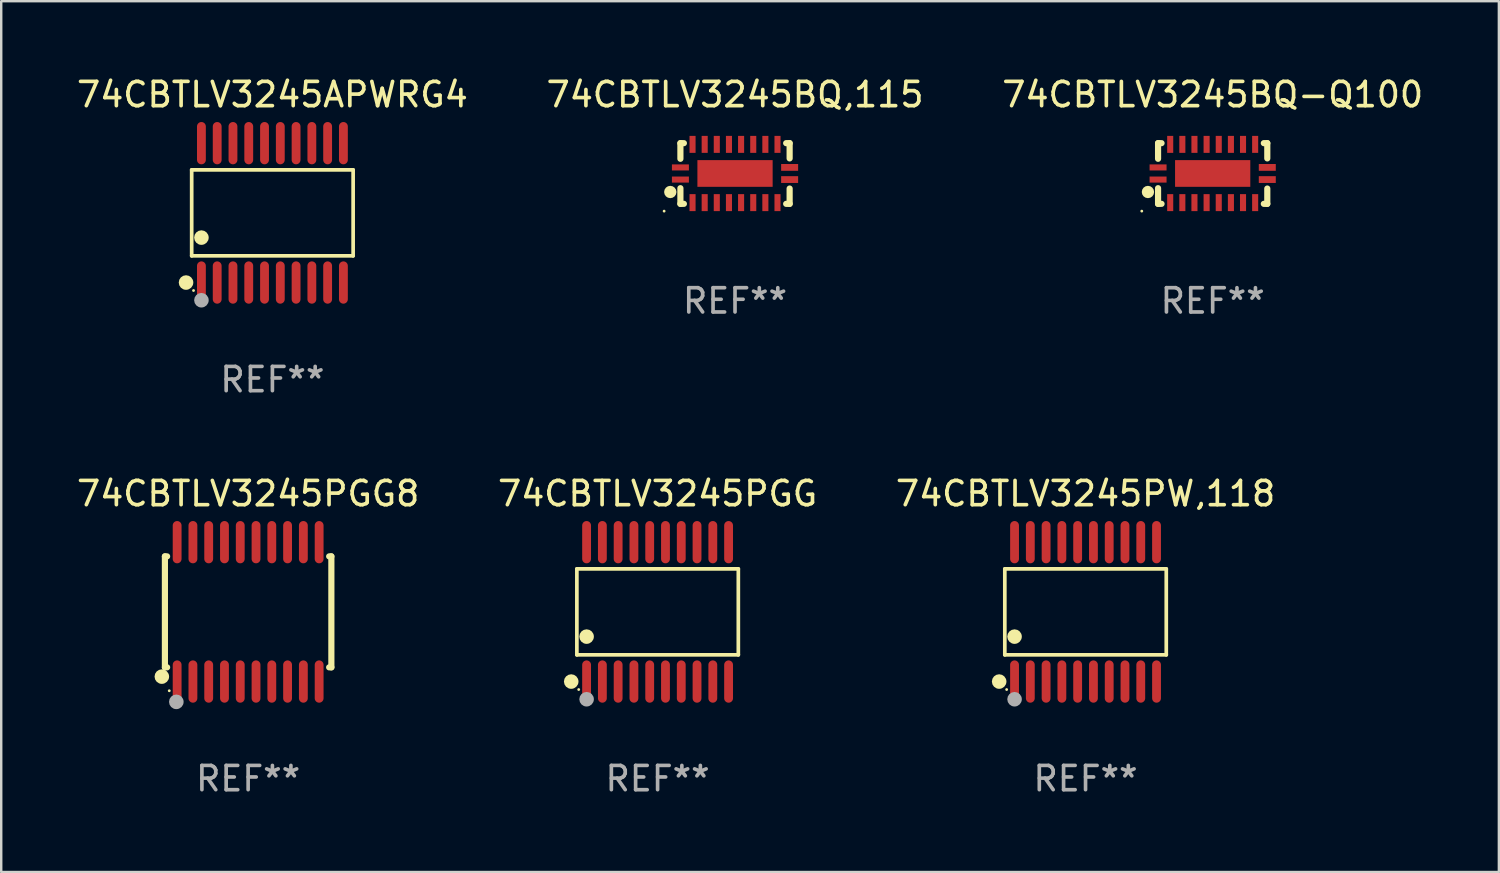
<source format=kicad_pcb>
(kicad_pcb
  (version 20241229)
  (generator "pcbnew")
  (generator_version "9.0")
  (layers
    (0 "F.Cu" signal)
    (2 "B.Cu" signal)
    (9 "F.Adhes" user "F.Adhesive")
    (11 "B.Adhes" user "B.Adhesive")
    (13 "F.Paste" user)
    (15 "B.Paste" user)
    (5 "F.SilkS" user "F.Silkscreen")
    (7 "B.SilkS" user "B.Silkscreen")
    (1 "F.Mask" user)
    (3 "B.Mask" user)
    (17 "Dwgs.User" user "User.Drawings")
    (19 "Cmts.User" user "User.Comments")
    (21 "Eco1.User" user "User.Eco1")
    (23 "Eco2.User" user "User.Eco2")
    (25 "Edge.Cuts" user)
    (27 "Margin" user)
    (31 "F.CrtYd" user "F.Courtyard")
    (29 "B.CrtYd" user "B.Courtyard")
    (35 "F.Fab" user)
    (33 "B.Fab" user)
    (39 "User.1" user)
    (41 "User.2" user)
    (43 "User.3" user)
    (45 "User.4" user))
  (footprint "74CBTLV3245BQ-Q100"
    (layer "F.Cu")
    (at 46.911 4.098)
    (property "Reference" "74CBTLV3245BQ-Q100" (at 0 -3.25 0) (layer "F.SilkS") (effects (font (size 1 1) (thickness 0.15))))
    (attr through_hole)
    (fp_line (start -2.25 0.605) (end -2.25 1.25) (stroke (width 0.254) (type solid)) (layer "F.SilkS"))
    (fp_line (start -2.25 1.25) (end -2.107 1.25) (stroke (width 0.254) (type solid)) (layer "F.SilkS"))
    (fp_line (start -2.25 -1.25) (end -2.25 -0.606) (stroke (width 0.254) (type solid)) (layer "F.SilkS"))
    (fp_line (start -2.25 -1.25) (end -2.107 -1.25) (stroke (width 0.254) (type solid)) (layer "F.SilkS"))
    (fp_line (start 2.107 -1.25) (end 2.25 -1.25) (stroke (width 0.254) (type solid)) (layer "F.SilkS"))
    (fp_line (start 2.107 1.25) (end 2.25 1.25) (stroke (width 0.254) (type solid)) (layer "F.SilkS"))
    (fp_line (start 2.25 -1.25) (end 2.25 -0.622) (stroke (width 0.254) (type solid)) (layer "F.SilkS"))
    (fp_line (start 2.25 0.62) (end 2.25 1.25) (stroke (width 0.254) (type solid)) (layer "F.SilkS"))
    (fp_circle (center -2.921 1.55) (end -2.891 1.55) (stroke (width 0.06) (type solid)) (fill no) (layer "F.SilkS"))
    (fp_circle (center -2.667 0.762) (end -2.54 0.762) (stroke (width 0.254) (type solid)) (fill no) (layer "F.SilkS"))
    (fp_text user "REF**" (at 0 5.25 0) (layer "F.Fab") (effects (font (size 1 1) (thickness 0.15))))
    (pad "1" smd rect (at -2.25 0.25 180) (size 0.7 0.25) (layers "F.Cu" "F.Mask" "F.Paste"))
    (pad "2" smd rect (at -1.75 1.2 90) (size 0.7 0.25) (layers "F.Cu" "F.Mask" "F.Paste"))
    (pad "3" smd rect (at -1.25 1.2 90) (size 0.7 0.25) (layers "F.Cu" "F.Mask" "F.Paste"))
    (pad "4" smd rect (at -0.751 1.2 90) (size 0.7 0.25) (layers "F.Cu" "F.Mask" "F.Paste"))
    (pad "5" smd rect (at -0.25 1.2 90) (size 0.7 0.25) (layers "F.Cu" "F.Mask" "F.Paste"))
    (pad "6" smd rect (at 0.25 1.2 90) (size 0.7 0.25) (layers "F.Cu" "F.Mask" "F.Paste"))
    (pad "7" smd rect (at 0.751 1.2 90) (size 0.7 0.25) (layers "F.Cu" "F.Mask" "F.Paste"))
    (pad "8" smd rect (at 1.25 1.2 90) (size 0.7 0.25) (layers "F.Cu" "F.Mask" "F.Paste"))
    (pad "9" smd rect (at 1.75 1.2 90) (size 0.7 0.25) (layers "F.Cu" "F.Mask" "F.Paste"))
    (pad "10" smd rect (at 2.25 0.25 180) (size 0.7 0.28) (layers "F.Cu" "F.Mask" "F.Paste"))
    (pad "11" smd rect (at 2.25 -0.251 180) (size 0.7 0.28) (layers "F.Cu" "F.Mask" "F.Paste"))
    (pad "12" smd rect (at 1.75 -1.2 90) (size 0.7 0.25) (layers "F.Cu" "F.Mask" "F.Paste"))
    (pad "13" smd rect (at 1.25 -1.2 90) (size 0.7 0.25) (layers "F.Cu" "F.Mask" "F.Paste"))
    (pad "14" smd rect (at 0.751 -1.2 90) (size 0.7 0.25) (layers "F.Cu" "F.Mask" "F.Paste"))
    (pad "15" smd rect (at 0.25 -1.2 90) (size 0.7 0.25) (layers "F.Cu" "F.Mask" "F.Paste"))
    (pad "16" smd rect (at -0.25 -1.2 90) (size 0.7 0.25) (layers "F.Cu" "F.Mask" "F.Paste"))
    (pad "17" smd rect (at -0.751 -1.2 90) (size 0.7 0.25) (layers "F.Cu" "F.Mask" "F.Paste"))
    (pad "18" smd rect (at -1.25 -1.2 90) (size 0.7 0.25) (layers "F.Cu" "F.Mask" "F.Paste"))
    (pad "19" smd rect (at -1.75 -1.2 90) (size 0.7 0.25) (layers "F.Cu" "F.Mask" "F.Paste"))
    (pad "20" smd rect (at -2.25 -0.25 180) (size 0.7 0.25) (layers "F.Cu" "F.Mask" "F.Paste"))
    (pad "21" smd rect (at 0 -0.001 180) (size 3.1 1.1) (layers "F.Cu" "F.Mask" "F.Paste")))
  (footprint "74CBTLV3245PGG8"
    (layer "F.Cu")
    (at 7.173 22.158)
    (property "Reference" "74CBTLV3245PGG8" (at 0 -4.871 0) (layer "F.SilkS") (effects (font (size 1 1) (thickness 0.15))))
    (attr through_hole)
    (fp_line (start -3.429 -2.286) (end -3.429 2.286) (stroke (width 0.254) (type solid)) (layer "F.SilkS"))
    (fp_line (start -3.429 2.286) (end -3.338 2.286) (stroke (width 0.254) (type solid)) (layer "F.SilkS"))
    (fp_line (start -3.338 -2.286) (end -3.429 -2.286) (stroke (width 0.254) (type solid)) (layer "F.SilkS"))
    (fp_line (start 3.338 -2.286) (end 3.429 -2.286) (stroke (width 0.254) (type solid)) (layer "F.SilkS"))
    (fp_line (start 3.429 -2.286) (end 3.429 2.286) (stroke (width 0.254) (type solid)) (layer "F.SilkS"))
    (fp_line (start 3.429 2.286) (end 3.338 2.286) (stroke (width 0.254) (type solid)) (layer "F.SilkS"))
    (fp_circle (center -3.556 2.667) (end -3.406 2.667) (stroke (width 0.3) (type solid)) (fill no) (layer "F.SilkS"))
    (fp_circle (center -3.25 3.25) (end -3.22 3.25) (stroke (width 0.06) (type solid)) (fill no) (layer "F.SilkS"))
    (fp_circle (center -2.959 3.707) (end -2.808 3.707) (stroke (width 0.3) (type solid)) (fill no) (layer "F.Fab"))
    (fp_text user "REF**" (at 0 6.871 0) (layer "F.Fab") (effects (font (size 1 1) (thickness 0.15))))
    (pad "1" smd oval (at -2.925 2.871) (size 0.364 1.742) (layers "F.Cu" "F.Mask" "F.Paste"))
    (pad "2" smd oval (at -2.275 2.871) (size 0.364 1.742) (layers "F.Cu" "F.Mask" "F.Paste"))
    (pad "3" smd oval (at -1.625 2.871) (size 0.364 1.742) (layers "F.Cu" "F.Mask" "F.Paste"))
    (pad "4" smd oval (at -0.975 2.871) (size 0.364 1.742) (layers "F.Cu" "F.Mask" "F.Paste"))
    (pad "5" smd oval (at -0.325 2.871) (size 0.364 1.742) (layers "F.Cu" "F.Mask" "F.Paste"))
    (pad "6" smd oval (at 0.325 2.871) (size 0.364 1.742) (layers "F.Cu" "F.Mask" "F.Paste"))
    (pad "7" smd oval (at 0.975 2.871) (size 0.364 1.742) (layers "F.Cu" "F.Mask" "F.Paste"))
    (pad "8" smd oval (at 1.625 2.871) (size 0.364 1.742) (layers "F.Cu" "F.Mask" "F.Paste"))
    (pad "9" smd oval (at 2.275 2.871) (size 0.364 1.742) (layers "F.Cu" "F.Mask" "F.Paste"))
    (pad "10" smd oval (at 2.925 2.871) (size 0.364 1.742) (layers "F.Cu" "F.Mask" "F.Paste"))
    (pad "11" smd oval (at 2.925 -2.871) (size 0.364 1.742) (layers "F.Cu" "F.Mask" "F.Paste"))
    (pad "12" smd oval (at 2.275 -2.871) (size 0.364 1.742) (layers "F.Cu" "F.Mask" "F.Paste"))
    (pad "13" smd oval (at 1.625 -2.871) (size 0.364 1.742) (layers "F.Cu" "F.Mask" "F.Paste"))
    (pad "14" smd oval (at 0.975 -2.871) (size 0.364 1.742) (layers "F.Cu" "F.Mask" "F.Paste"))
    (pad "15" smd oval (at 0.325 -2.871) (size 0.364 1.742) (layers "F.Cu" "F.Mask" "F.Paste"))
    (pad "16" smd oval (at -0.325 -2.871) (size 0.364 1.742) (layers "F.Cu" "F.Mask" "F.Paste"))
    (pad "17" smd oval (at -0.975 -2.871) (size 0.364 1.742) (layers "F.Cu" "F.Mask" "F.Paste"))
    (pad "18" smd oval (at -1.625 -2.871) (size 0.364 1.742) (layers "F.Cu" "F.Mask" "F.Paste"))
    (pad "19" smd oval (at -2.275 -2.871) (size 0.364 1.742) (layers "F.Cu" "F.Mask" "F.Paste"))
    (pad "20" smd oval (at -2.925 -2.871) (size 0.364 1.742) (layers "F.Cu" "F.Mask" "F.Paste")))
  (footprint "74CBTLV3245PW,118"
    (layer "F.Cu")
    (at 41.673 22.158)
    (property "Reference" "74CBTLV3245PW,118" (at 0 -4.871 0) (layer "F.SilkS") (effects (font (size 1 1) (thickness 0.15))))
    (attr through_hole)
    (fp_line (start -3.326 -1.771) (end 3.326 -1.771) (stroke (width 0.152) (type solid)) (layer "F.SilkS"))
    (fp_line (start -3.326 1.771) (end -3.326 -1.771) (stroke (width 0.152) (type solid)) (layer "F.SilkS"))
    (fp_line (start 3.326 -1.771) (end 3.326 1.771) (stroke (width 0.152) (type solid)) (layer "F.SilkS"))
    (fp_line (start 3.326 1.771) (end -3.326 1.771) (stroke (width 0.152) (type solid)) (layer "F.SilkS"))
    (fp_circle (center -3.559 2.871) (end -3.409 2.871) (stroke (width 0.3) (type solid)) (fill no) (layer "F.SilkS"))
    (fp_circle (center -3.25 3.2) (end -3.22 3.2) (stroke (width 0.06) (type solid)) (fill no) (layer "F.SilkS"))
    (fp_circle (center -2.925 1.019) (end -2.775 1.019) (stroke (width 0.3) (type solid)) (fill no) (layer "F.SilkS"))
    (fp_circle (center -2.925 3.6) (end -2.775 3.6) (stroke (width 0.3) (type solid)) (fill no) (layer "F.Fab"))
    (fp_text user "REF**" (at 0 6.871 0) (layer "F.Fab") (effects (font (size 1 1) (thickness 0.15))))
    (pad "1" smd oval (at -2.925 2.871) (size 0.364 1.742) (layers "F.Cu" "F.Mask" "F.Paste"))
    (pad "2" smd oval (at -2.275 2.871) (size 0.364 1.742) (layers "F.Cu" "F.Mask" "F.Paste"))
    (pad "3" smd oval (at -1.625 2.871) (size 0.364 1.742) (layers "F.Cu" "F.Mask" "F.Paste"))
    (pad "4" smd oval (at -0.975 2.871) (size 0.364 1.742) (layers "F.Cu" "F.Mask" "F.Paste"))
    (pad "5" smd oval (at -0.325 2.871) (size 0.364 1.742) (layers "F.Cu" "F.Mask" "F.Paste"))
    (pad "6" smd oval (at 0.325 2.871) (size 0.364 1.742) (layers "F.Cu" "F.Mask" "F.Paste"))
    (pad "7" smd oval (at 0.975 2.871) (size 0.364 1.742) (layers "F.Cu" "F.Mask" "F.Paste"))
    (pad "8" smd oval (at 1.625 2.871) (size 0.364 1.742) (layers "F.Cu" "F.Mask" "F.Paste"))
    (pad "9" smd oval (at 2.275 2.871) (size 0.364 1.742) (layers "F.Cu" "F.Mask" "F.Paste"))
    (pad "10" smd oval (at 2.925 2.871) (size 0.364 1.742) (layers "F.Cu" "F.Mask" "F.Paste"))
    (pad "11" smd oval (at 2.925 -2.871) (size 0.364 1.742) (layers "F.Cu" "F.Mask" "F.Paste"))
    (pad "12" smd oval (at 2.275 -2.871) (size 0.364 1.742) (layers "F.Cu" "F.Mask" "F.Paste"))
    (pad "13" smd oval (at 1.625 -2.871) (size 0.364 1.742) (layers "F.Cu" "F.Mask" "F.Paste"))
    (pad "14" smd oval (at 0.975 -2.871) (size 0.364 1.742) (layers "F.Cu" "F.Mask" "F.Paste"))
    (pad "15" smd oval (at 0.325 -2.871) (size 0.364 1.742) (layers "F.Cu" "F.Mask" "F.Paste"))
    (pad "16" smd oval (at -0.325 -2.871) (size 0.364 1.742) (layers "F.Cu" "F.Mask" "F.Paste"))
    (pad "17" smd oval (at -0.975 -2.871) (size 0.364 1.742) (layers "F.Cu" "F.Mask" "F.Paste"))
    (pad "18" smd oval (at -1.625 -2.871) (size 0.364 1.742) (layers "F.Cu" "F.Mask" "F.Paste"))
    (pad "19" smd oval (at -2.275 -2.871) (size 0.364 1.742) (layers "F.Cu" "F.Mask" "F.Paste"))
    (pad "20" smd oval (at -2.925 -2.871) (size 0.364 1.742) (layers "F.Cu" "F.Mask" "F.Paste")))
  (footprint "74CBTLV3245APWRG4"
    (layer "F.Cu")
    (at 8.173 5.719)
    (property "Reference" "74CBTLV3245APWRG4" (at 0 -4.871 0) (layer "F.SilkS") (effects (font (size 1 1) (thickness 0.15))))
    (attr through_hole)
    (fp_line (start -3.326 -1.771) (end 3.326 -1.771) (stroke (width 0.152) (type solid)) (layer "F.SilkS"))
    (fp_line (start -3.326 1.771) (end -3.326 -1.771) (stroke (width 0.152) (type solid)) (layer "F.SilkS"))
    (fp_line (start 3.326 -1.771) (end 3.326 1.771) (stroke (width 0.152) (type solid)) (layer "F.SilkS"))
    (fp_line (start 3.326 1.771) (end -3.326 1.771) (stroke (width 0.152) (type solid)) (layer "F.SilkS"))
    (fp_circle (center -3.559 2.871) (end -3.409 2.871) (stroke (width 0.3) (type solid)) (fill no) (layer "F.SilkS"))
    (fp_circle (center -3.25 3.2) (end -3.22 3.2) (stroke (width 0.06) (type solid)) (fill no) (layer "F.SilkS"))
    (fp_circle (center -2.925 1.019) (end -2.775 1.019) (stroke (width 0.3) (type solid)) (fill no) (layer "F.SilkS"))
    (fp_circle (center -2.925 3.6) (end -2.775 3.6) (stroke (width 0.3) (type solid)) (fill no) (layer "F.Fab"))
    (fp_text user "REF**" (at 0 6.871 0) (layer "F.Fab") (effects (font (size 1 1) (thickness 0.15))))
    (pad "1" smd oval (at -2.925 2.871) (size 0.364 1.742) (layers "F.Cu" "F.Mask" "F.Paste"))
    (pad "2" smd oval (at -2.275 2.871) (size 0.364 1.742) (layers "F.Cu" "F.Mask" "F.Paste"))
    (pad "3" smd oval (at -1.625 2.871) (size 0.364 1.742) (layers "F.Cu" "F.Mask" "F.Paste"))
    (pad "4" smd oval (at -0.975 2.871) (size 0.364 1.742) (layers "F.Cu" "F.Mask" "F.Paste"))
    (pad "5" smd oval (at -0.325 2.871) (size 0.364 1.742) (layers "F.Cu" "F.Mask" "F.Paste"))
    (pad "6" smd oval (at 0.325 2.871) (size 0.364 1.742) (layers "F.Cu" "F.Mask" "F.Paste"))
    (pad "7" smd oval (at 0.975 2.871) (size 0.364 1.742) (layers "F.Cu" "F.Mask" "F.Paste"))
    (pad "8" smd oval (at 1.625 2.871) (size 0.364 1.742) (layers "F.Cu" "F.Mask" "F.Paste"))
    (pad "9" smd oval (at 2.275 2.871) (size 0.364 1.742) (layers "F.Cu" "F.Mask" "F.Paste"))
    (pad "10" smd oval (at 2.925 2.871) (size 0.364 1.742) (layers "F.Cu" "F.Mask" "F.Paste"))
    (pad "11" smd oval (at 2.925 -2.871) (size 0.364 1.742) (layers "F.Cu" "F.Mask" "F.Paste"))
    (pad "12" smd oval (at 2.275 -2.871) (size 0.364 1.742) (layers "F.Cu" "F.Mask" "F.Paste"))
    (pad "13" smd oval (at 1.625 -2.871) (size 0.364 1.742) (layers "F.Cu" "F.Mask" "F.Paste"))
    (pad "14" smd oval (at 0.975 -2.871) (size 0.364 1.742) (layers "F.Cu" "F.Mask" "F.Paste"))
    (pad "15" smd oval (at 0.325 -2.871) (size 0.364 1.742) (layers "F.Cu" "F.Mask" "F.Paste"))
    (pad "16" smd oval (at -0.325 -2.871) (size 0.364 1.742) (layers "F.Cu" "F.Mask" "F.Paste"))
    (pad "17" smd oval (at -0.975 -2.871) (size 0.364 1.742) (layers "F.Cu" "F.Mask" "F.Paste"))
    (pad "18" smd oval (at -1.625 -2.871) (size 0.364 1.742) (layers "F.Cu" "F.Mask" "F.Paste"))
    (pad "19" smd oval (at -2.275 -2.871) (size 0.364 1.742) (layers "F.Cu" "F.Mask" "F.Paste"))
    (pad "20" smd oval (at -2.925 -2.871) (size 0.364 1.742) (layers "F.Cu" "F.Mask" "F.Paste")))
  (footprint "74CBTLV3245PGG"
    (layer "F.Cu")
    (at 24.042 22.158)
    (property "Reference" "74CBTLV3245PGG" (at 0 -4.871 0) (layer "F.SilkS") (effects (font (size 1 1) (thickness 0.15))))
    (attr through_hole)
    (fp_line (start -3.326 -1.771) (end 3.326 -1.771) (stroke (width 0.152) (type solid)) (layer "F.SilkS"))
    (fp_line (start -3.326 1.771) (end -3.326 -1.771) (stroke (width 0.152) (type solid)) (layer "F.SilkS"))
    (fp_line (start 3.326 -1.771) (end 3.326 1.771) (stroke (width 0.152) (type solid)) (layer "F.SilkS"))
    (fp_line (start 3.326 1.771) (end -3.326 1.771) (stroke (width 0.152) (type solid)) (layer "F.SilkS"))
    (fp_circle (center -3.559 2.871) (end -3.409 2.871) (stroke (width 0.3) (type solid)) (fill no) (layer "F.SilkS"))
    (fp_circle (center -3.25 3.2) (end -3.22 3.2) (stroke (width 0.06) (type solid)) (fill no) (layer "F.SilkS"))
    (fp_circle (center -2.925 1.019) (end -2.775 1.019) (stroke (width 0.3) (type solid)) (fill no) (layer "F.SilkS"))
    (fp_circle (center -2.925 3.6) (end -2.775 3.6) (stroke (width 0.3) (type solid)) (fill no) (layer "F.Fab"))
    (fp_text user "REF**" (at 0 6.871 0) (layer "F.Fab") (effects (font (size 1 1) (thickness 0.15))))
    (pad "1" smd oval (at -2.925 2.871) (size 0.364 1.742) (layers "F.Cu" "F.Mask" "F.Paste"))
    (pad "2" smd oval (at -2.275 2.871) (size 0.364 1.742) (layers "F.Cu" "F.Mask" "F.Paste"))
    (pad "3" smd oval (at -1.625 2.871) (size 0.364 1.742) (layers "F.Cu" "F.Mask" "F.Paste"))
    (pad "4" smd oval (at -0.975 2.871) (size 0.364 1.742) (layers "F.Cu" "F.Mask" "F.Paste"))
    (pad "5" smd oval (at -0.325 2.871) (size 0.364 1.742) (layers "F.Cu" "F.Mask" "F.Paste"))
    (pad "6" smd oval (at 0.325 2.871) (size 0.364 1.742) (layers "F.Cu" "F.Mask" "F.Paste"))
    (pad "7" smd oval (at 0.975 2.871) (size 0.364 1.742) (layers "F.Cu" "F.Mask" "F.Paste"))
    (pad "8" smd oval (at 1.625 2.871) (size 0.364 1.742) (layers "F.Cu" "F.Mask" "F.Paste"))
    (pad "9" smd oval (at 2.275 2.871) (size 0.364 1.742) (layers "F.Cu" "F.Mask" "F.Paste"))
    (pad "10" smd oval (at 2.925 2.871) (size 0.364 1.742) (layers "F.Cu" "F.Mask" "F.Paste"))
    (pad "11" smd oval (at 2.925 -2.871) (size 0.364 1.742) (layers "F.Cu" "F.Mask" "F.Paste"))
    (pad "12" smd oval (at 2.275 -2.871) (size 0.364 1.742) (layers "F.Cu" "F.Mask" "F.Paste"))
    (pad "13" smd oval (at 1.625 -2.871) (size 0.364 1.742) (layers "F.Cu" "F.Mask" "F.Paste"))
    (pad "14" smd oval (at 0.975 -2.871) (size 0.364 1.742) (layers "F.Cu" "F.Mask" "F.Paste"))
    (pad "15" smd oval (at 0.325 -2.871) (size 0.364 1.742) (layers "F.Cu" "F.Mask" "F.Paste"))
    (pad "16" smd oval (at -0.325 -2.871) (size 0.364 1.742) (layers "F.Cu" "F.Mask" "F.Paste"))
    (pad "17" smd oval (at -0.975 -2.871) (size 0.364 1.742) (layers "F.Cu" "F.Mask" "F.Paste"))
    (pad "18" smd oval (at -1.625 -2.871) (size 0.364 1.742) (layers "F.Cu" "F.Mask" "F.Paste"))
    (pad "19" smd oval (at -2.275 -2.871) (size 0.364 1.742) (layers "F.Cu" "F.Mask" "F.Paste"))
    (pad "20" smd oval (at -2.925 -2.871) (size 0.364 1.742) (layers "F.Cu" "F.Mask" "F.Paste")))
  (footprint "74CBTLV3245BQ,115"
    (layer "F.Cu")
    (at 27.232 4.098)
    (property "Reference" "74CBTLV3245BQ,115" (at 0 -3.25 0) (layer "F.SilkS") (effects (font (size 1 1) (thickness 0.15))))
    (attr through_hole)
    (fp_line (start -2.25 0.605) (end -2.25 1.25) (stroke (width 0.254) (type solid)) (layer "F.SilkS"))
    (fp_line (start -2.25 1.25) (end -2.107 1.25) (stroke (width 0.254) (type solid)) (layer "F.SilkS"))
    (fp_line (start -2.25 -1.25) (end -2.25 -0.606) (stroke (width 0.254) (type solid)) (layer "F.SilkS"))
    (fp_line (start -2.25 -1.25) (end -2.107 -1.25) (stroke (width 0.254) (type solid)) (layer "F.SilkS"))
    (fp_line (start 2.107 -1.25) (end 2.25 -1.25) (stroke (width 0.254) (type solid)) (layer "F.SilkS"))
    (fp_line (start 2.107 1.25) (end 2.25 1.25) (stroke (width 0.254) (type solid)) (layer "F.SilkS"))
    (fp_line (start 2.25 -1.25) (end 2.25 -0.622) (stroke (width 0.254) (type solid)) (layer "F.SilkS"))
    (fp_line (start 2.25 0.62) (end 2.25 1.25) (stroke (width 0.254) (type solid)) (layer "F.SilkS"))
    (fp_circle (center -2.921 1.55) (end -2.891 1.55) (stroke (width 0.06) (type solid)) (fill no) (layer "F.SilkS"))
    (fp_circle (center -2.667 0.762) (end -2.54 0.762) (stroke (width 0.254) (type solid)) (fill no) (layer "F.SilkS"))
    (fp_text user "REF**" (at 0 5.25 0) (layer "F.Fab") (effects (font (size 1 1) (thickness 0.15))))
    (pad "1" smd rect (at -2.25 0.25 180) (size 0.7 0.25) (layers "F.Cu" "F.Mask" "F.Paste"))
    (pad "2" smd rect (at -1.75 1.2 90) (size 0.7 0.25) (layers "F.Cu" "F.Mask" "F.Paste"))
    (pad "3" smd rect (at -1.25 1.2 90) (size 0.7 0.25) (layers "F.Cu" "F.Mask" "F.Paste"))
    (pad "4" smd rect (at -0.751 1.2 90) (size 0.7 0.25) (layers "F.Cu" "F.Mask" "F.Paste"))
    (pad "5" smd rect (at -0.25 1.2 90) (size 0.7 0.25) (layers "F.Cu" "F.Mask" "F.Paste"))
    (pad "6" smd rect (at 0.25 1.2 90) (size 0.7 0.25) (layers "F.Cu" "F.Mask" "F.Paste"))
    (pad "7" smd rect (at 0.751 1.2 90) (size 0.7 0.25) (layers "F.Cu" "F.Mask" "F.Paste"))
    (pad "8" smd rect (at 1.25 1.2 90) (size 0.7 0.25) (layers "F.Cu" "F.Mask" "F.Paste"))
    (pad "9" smd rect (at 1.75 1.2 90) (size 0.7 0.25) (layers "F.Cu" "F.Mask" "F.Paste"))
    (pad "10" smd rect (at 2.25 0.25 180) (size 0.7 0.28) (layers "F.Cu" "F.Mask" "F.Paste"))
    (pad "11" smd rect (at 2.25 -0.251 180) (size 0.7 0.28) (layers "F.Cu" "F.Mask" "F.Paste"))
    (pad "12" smd rect (at 1.75 -1.2 90) (size 0.7 0.25) (layers "F.Cu" "F.Mask" "F.Paste"))
    (pad "13" smd rect (at 1.25 -1.2 90) (size 0.7 0.25) (layers "F.Cu" "F.Mask" "F.Paste"))
    (pad "14" smd rect (at 0.751 -1.2 90) (size 0.7 0.25) (layers "F.Cu" "F.Mask" "F.Paste"))
    (pad "15" smd rect (at 0.25 -1.2 90) (size 0.7 0.25) (layers "F.Cu" "F.Mask" "F.Paste"))
    (pad "16" smd rect (at -0.25 -1.2 90) (size 0.7 0.25) (layers "F.Cu" "F.Mask" "F.Paste"))
    (pad "17" smd rect (at -0.751 -1.2 90) (size 0.7 0.25) (layers "F.Cu" "F.Mask" "F.Paste"))
    (pad "18" smd rect (at -1.25 -1.2 90) (size 0.7 0.25) (layers "F.Cu" "F.Mask" "F.Paste"))
    (pad "19" smd rect (at -1.75 -1.2 90) (size 0.7 0.25) (layers "F.Cu" "F.Mask" "F.Paste"))
    (pad "20" smd rect (at -2.25 -0.25 180) (size 0.7 0.25) (layers "F.Cu" "F.Mask" "F.Paste"))
    (pad "21" smd rect (at 0 -0.001 180) (size 3.1 1.1) (layers "F.Cu" "F.Mask" "F.Paste")))
  (gr_rect
    (start -3 -3)
    (end 58.702 32.877)
    (stroke (width 0.1) (type default))
    (fill no)
    (layer "Edge.Cuts")))
</source>
